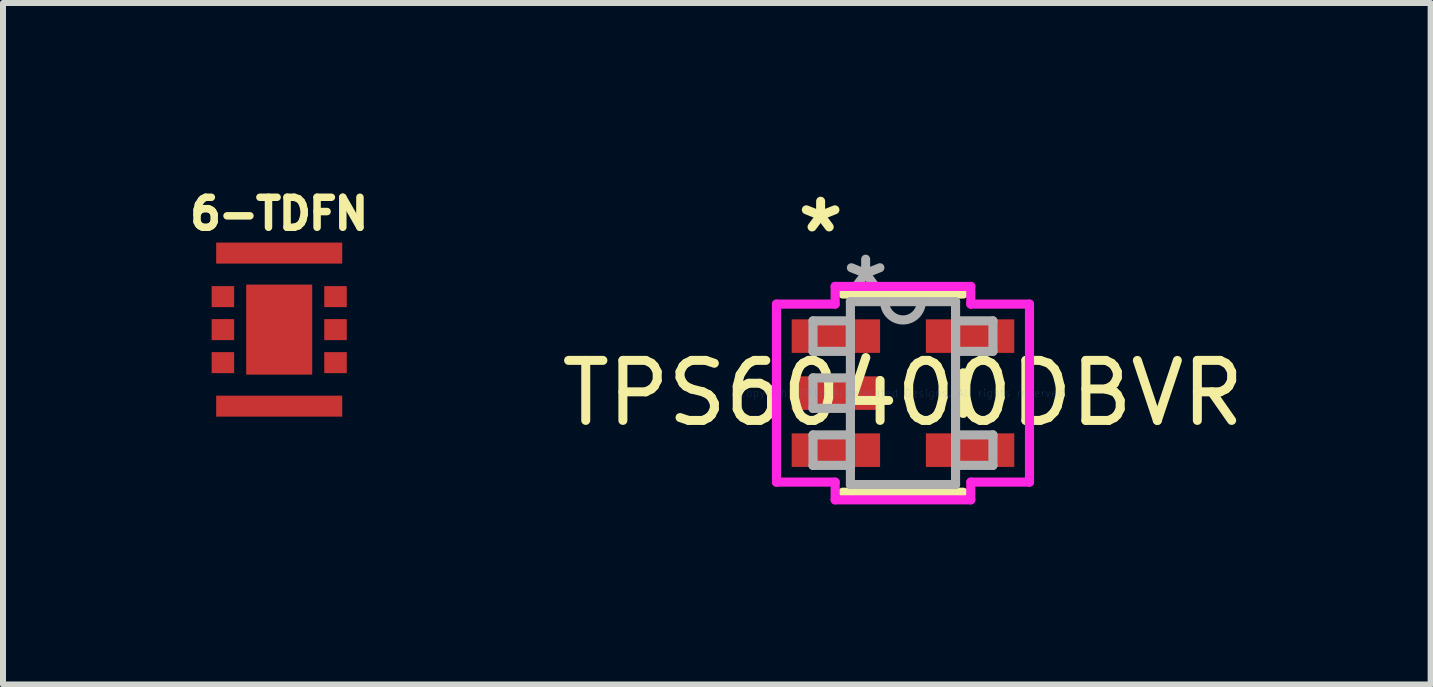
<source format=kicad_pcb>
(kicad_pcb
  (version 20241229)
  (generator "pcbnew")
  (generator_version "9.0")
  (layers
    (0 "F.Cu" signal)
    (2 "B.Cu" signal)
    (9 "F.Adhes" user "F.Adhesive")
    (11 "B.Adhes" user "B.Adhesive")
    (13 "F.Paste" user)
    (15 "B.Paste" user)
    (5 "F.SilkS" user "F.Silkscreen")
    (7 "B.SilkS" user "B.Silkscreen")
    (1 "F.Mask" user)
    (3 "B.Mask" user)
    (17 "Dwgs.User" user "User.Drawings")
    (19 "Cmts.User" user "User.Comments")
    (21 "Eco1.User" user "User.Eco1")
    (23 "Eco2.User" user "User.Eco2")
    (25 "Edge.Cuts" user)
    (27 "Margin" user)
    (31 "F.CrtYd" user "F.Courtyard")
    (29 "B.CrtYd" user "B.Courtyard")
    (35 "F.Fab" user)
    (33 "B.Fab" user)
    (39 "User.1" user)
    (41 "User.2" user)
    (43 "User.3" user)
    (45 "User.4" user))
  (footprint "TPS60400DBVR"
    (layer "F.Cu")
    (at 11.995 3.5)
    (property "Reference" "TPS60400DBVR" (at 0 0 0) (layer "F.SilkS") (effects (font (size 1 1) (thickness 0.15))))
    (attr through_hole)
    (fp_line (start -1.003 1.651) (end 1.003 1.651) (stroke (width 0.152) (type solid)) (layer "F.SilkS"))
    (fp_line (start 1.003 -1.651) (end -1.003 -1.651) (stroke (width 0.152) (type solid)) (layer "F.SilkS"))
    (fp_line (start 1.003 0.338) (end 1.003 -0.338) (stroke (width 0.152) (type solid)) (layer "F.SilkS"))
    (fp_line (start -2.108 -1.483) (end -1.13 -1.483) (stroke (width 0.152) (type solid)) (layer "F.CrtYd"))
    (fp_line (start -2.108 1.483) (end -2.108 -1.483) (stroke (width 0.152) (type solid)) (layer "F.CrtYd"))
    (fp_line (start -1.13 -1.778) (end 1.13 -1.778) (stroke (width 0.152) (type solid)) (layer "F.CrtYd"))
    (fp_line (start -1.13 -1.483) (end -1.13 -1.778) (stroke (width 0.152) (type solid)) (layer "F.CrtYd"))
    (fp_line (start -1.13 1.483) (end -2.108 1.483) (stroke (width 0.152) (type solid)) (layer "F.CrtYd"))
    (fp_line (start -1.13 1.778) (end -1.13 1.483) (stroke (width 0.152) (type solid)) (layer "F.CrtYd"))
    (fp_line (start 1.13 -1.778) (end 1.13 -1.483) (stroke (width 0.152) (type solid)) (layer "F.CrtYd"))
    (fp_line (start 1.13 -1.483) (end 2.108 -1.483) (stroke (width 0.152) (type solid)) (layer "F.CrtYd"))
    (fp_line (start 1.13 1.483) (end 1.13 1.778) (stroke (width 0.152) (type solid)) (layer "F.CrtYd"))
    (fp_line (start 1.13 1.778) (end -1.13 1.778) (stroke (width 0.152) (type solid)) (layer "F.CrtYd"))
    (fp_line (start 2.108 -1.483) (end 2.108 1.483) (stroke (width 0.152) (type solid)) (layer "F.CrtYd"))
    (fp_line (start 2.108 1.483) (end 1.13 1.483) (stroke (width 0.152) (type solid)) (layer "F.CrtYd"))
    (fp_line (start -1.499 -1.204) (end -1.499 -0.696) (stroke (width 0.152) (type solid)) (layer "F.Fab"))
    (fp_line (start -1.499 -0.696) (end -0.876 -0.696) (stroke (width 0.152) (type solid)) (layer "F.Fab"))
    (fp_line (start -1.499 -0.254) (end -1.499 0.254) (stroke (width 0.152) (type solid)) (layer "F.Fab"))
    (fp_line (start -1.499 0.254) (end -0.876 0.254) (stroke (width 0.152) (type solid)) (layer "F.Fab"))
    (fp_line (start -1.499 0.696) (end -1.499 1.204) (stroke (width 0.152) (type solid)) (layer "F.Fab"))
    (fp_line (start -1.499 1.204) (end -0.876 1.204) (stroke (width 0.152) (type solid)) (layer "F.Fab"))
    (fp_line (start -0.876 -1.524) (end -0.876 1.524) (stroke (width 0.152) (type solid)) (layer "F.Fab"))
    (fp_line (start -0.876 -1.204) (end -1.499 -1.204) (stroke (width 0.152) (type solid)) (layer "F.Fab"))
    (fp_line (start -0.876 -0.696) (end -0.876 -1.204) (stroke (width 0.152) (type solid)) (layer "F.Fab"))
    (fp_line (start -0.876 -0.254) (end -1.499 -0.254) (stroke (width 0.152) (type solid)) (layer "F.Fab"))
    (fp_line (start -0.876 0.254) (end -0.876 -0.254) (stroke (width 0.152) (type solid)) (layer "F.Fab"))
    (fp_line (start -0.876 0.696) (end -1.499 0.696) (stroke (width 0.152) (type solid)) (layer "F.Fab"))
    (fp_line (start -0.876 1.204) (end -0.876 0.696) (stroke (width 0.152) (type solid)) (layer "F.Fab"))
    (fp_line (start -0.876 1.524) (end 0.876 1.524) (stroke (width 0.152) (type solid)) (layer "F.Fab"))
    (fp_line (start 0.876 -1.524) (end -0.876 -1.524) (stroke (width 0.152) (type solid)) (layer "F.Fab"))
    (fp_line (start 0.876 -1.204) (end 0.876 -0.696) (stroke (width 0.152) (type solid)) (layer "F.Fab"))
    (fp_line (start 0.876 -0.696) (end 1.499 -0.696) (stroke (width 0.152) (type solid)) (layer "F.Fab"))
    (fp_line (start 0.876 0.696) (end 0.876 1.204) (stroke (width 0.152) (type solid)) (layer "F.Fab"))
    (fp_line (start 0.876 1.204) (end 1.499 1.204) (stroke (width 0.152) (type solid)) (layer "F.Fab"))
    (fp_line (start 0.876 1.524) (end 0.876 -1.524) (stroke (width 0.152) (type solid)) (layer "F.Fab"))
    (fp_line (start 1.499 -1.204) (end 0.876 -1.204) (stroke (width 0.152) (type solid)) (layer "F.Fab"))
    (fp_line (start 1.499 -0.696) (end 1.499 -1.204) (stroke (width 0.152) (type solid)) (layer "F.Fab"))
    (fp_line (start 1.499 0.696) (end 0.876 0.696) (stroke (width 0.152) (type solid)) (layer "F.Fab"))
    (fp_line (start 1.499 1.204) (end 1.499 0.696) (stroke (width 0.152) (type solid)) (layer "F.Fab"))
    (fp_arc (start 0.3048 -1.524) (mid 0 -1.2192) (end -0.3048 -1.524) (stroke (width 0.1524) (type solid)) (layer "F.Fab"))
    (fp_text user "*" (at -1.372 -2.652 0) (layer "F.SilkS") (effects (font (size 1 1) (thickness 0.15))))
    (fp_text user "Copyright 2016 Accelerated Designs. All rights reserved." (at 0 0 0) (layer "Cmts.User") (effects (font (size 0.127 0.127) (thickness 0.002))))
    (fp_text user "*" (at -0.622 -1.687 0) (layer "F.Fab") (effects (font (size 1 1) (thickness 0.15))))
    (pad "1" smd rect (at -1.118 -0.95) (size 1.473 0.559) (layers "F.Cu" "F.Mask" "F.Paste"))
    (pad "2" smd rect (at -1.118 0) (size 1.473 0.559) (layers "F.Cu" "F.Mask" "F.Paste"))
    (pad "3" smd rect (at -1.118 0.95) (size 1.473 0.559) (layers "F.Cu" "F.Mask" "F.Paste"))
    (pad "4" smd rect (at 1.118 0.95) (size 1.473 0.559) (layers "F.Cu" "F.Mask" "F.Paste"))
    (pad "5" smd rect (at 1.118 -0.95) (size 1.473 0.559) (layers "F.Cu" "F.Mask" "F.Paste")))
  (footprint "6-TDFN"
    (layer "F.Cu")
    (at 1.602 2.442)
    (property "Reference" "6-TDFN" (at 0 -1.93 0) (layer "F.SilkS") (effects (font (size 0.5 0.5) (thickness 0.125))))
    (attr through_hole)
    (pad "1" smd rect (at -0.938 -0.55) (size 0.375 0.35) (layers "F.Cu" "F.Mask" "F.Paste"))
    (pad "2" smd rect (at -0.938 0) (size 0.375 0.35) (layers "F.Cu" "F.Mask" "F.Paste"))
    (pad "2" smd rect (at 0 0) (size 1.1 1.5) (layers "F.Cu" "F.Paste"))
    (pad "3" smd rect (at -0.938 0.55) (size 0.375 0.35) (layers "F.Cu" "F.Mask" "F.Paste"))
    (pad "4" smd rect (at 0.938 0.55) (size 0.375 0.35) (layers "F.Cu" "F.Mask" "F.Paste"))
    (pad "5" smd rect (at 0.938 0) (size 0.375 0.35) (layers "F.Cu" "F.Mask" "F.Paste"))
    (pad "6" smd rect (at 0.938 -0.55) (size 0.375 0.35) (layers "F.Cu" "F.Mask" "F.Paste"))
    (pad "7" smd rect (at 0 -1.275) (size 2.1 0.35) (layers "F.Cu" "F.Mask" "F.Paste"))
    (pad "8" smd rect (at 0 1.275) (size 2.1 0.35) (layers "F.Cu" "F.Mask" "F.Paste")))
  (gr_rect
    (start -3 -3)
    (end 20.787 8.354)
    (stroke (width 0.1) (type default))
    (fill no)
    (layer "Edge.Cuts")))
</source>
